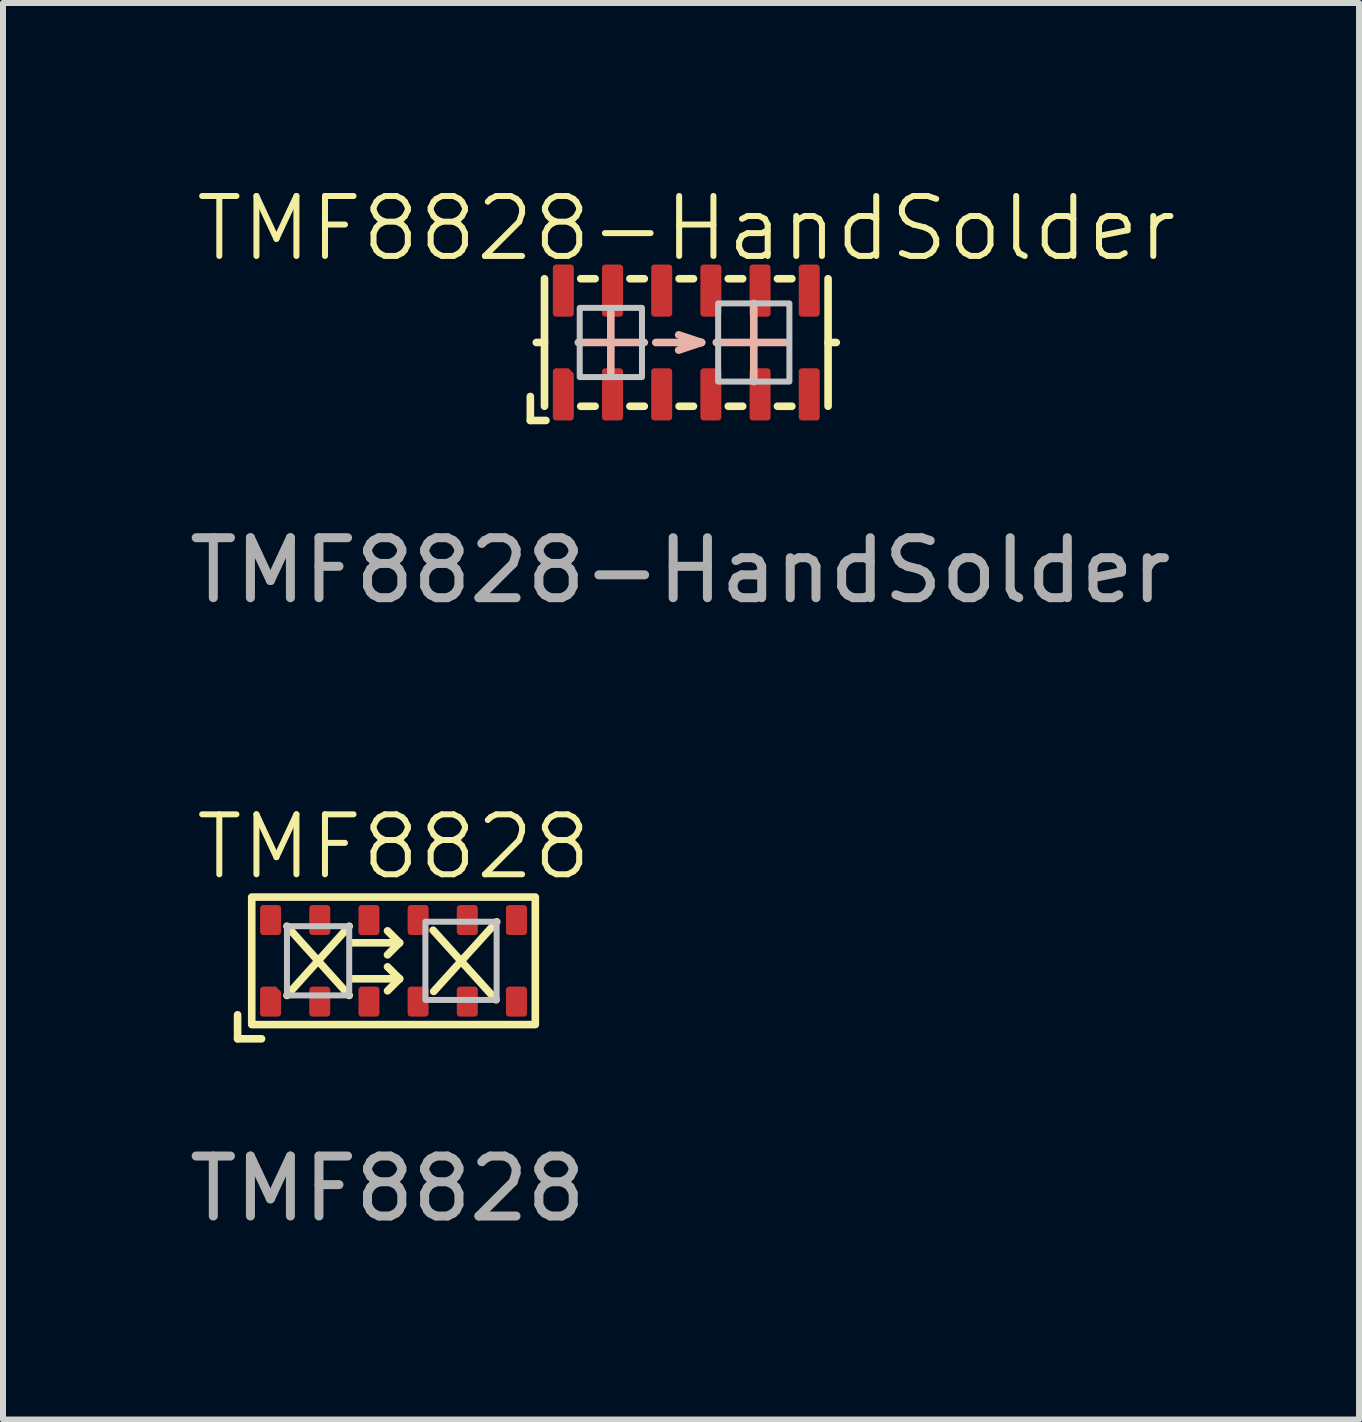
<source format=kicad_pcb>
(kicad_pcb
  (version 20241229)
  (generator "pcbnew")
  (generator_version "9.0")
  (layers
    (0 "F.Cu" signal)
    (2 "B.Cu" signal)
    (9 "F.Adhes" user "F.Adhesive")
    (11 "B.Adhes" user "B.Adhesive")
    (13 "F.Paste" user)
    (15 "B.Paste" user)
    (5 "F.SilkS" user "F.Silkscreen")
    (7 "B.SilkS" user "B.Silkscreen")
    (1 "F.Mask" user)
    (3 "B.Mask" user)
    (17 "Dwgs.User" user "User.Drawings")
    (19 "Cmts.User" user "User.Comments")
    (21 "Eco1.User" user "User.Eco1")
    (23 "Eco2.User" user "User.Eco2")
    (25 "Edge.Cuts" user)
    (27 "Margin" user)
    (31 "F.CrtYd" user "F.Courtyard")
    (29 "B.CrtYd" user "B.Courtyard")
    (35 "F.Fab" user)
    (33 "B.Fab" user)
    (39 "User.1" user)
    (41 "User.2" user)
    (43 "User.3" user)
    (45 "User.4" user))
  (footprint "TMF8828-HandSolder"
    (layer "F.Cu")
    (at 8.392 2.66)
    (property "Reference" "TMF8828-HandSolder" (at 0 -1.9 0) (unlocked yes) (layer "F.SilkS") (effects (font (size 1 1) (thickness 0.1))))
    (attr smd)
    (fp_line (start -2.6 1.3) (end -2.6 0.9) (stroke (width 0.127) (type default)) (layer "F.SilkS"))
    (fp_line (start -2.6 1.3) (end -2.34 1.3) (stroke (width 0.127) (type default)) (layer "F.SilkS"))
    (fp_line (start -2.364 -1.063) (end -2.364 1.063) (stroke (width 0.127) (type default)) (layer "F.SilkS"))
    (fp_line (start -2.364 0) (end -2.5 0) (stroke (width 0.127) (type default)) (layer "F.SilkS"))
    (fp_line (start -1.76 -1.063) (end -1.52 -1.063) (stroke (width 0.127) (type default)) (layer "F.SilkS"))
    (fp_line (start -1.76 1.063) (end -1.52 1.063) (stroke (width 0.127) (type default)) (layer "F.SilkS"))
    (fp_line (start -0.94 -1.063) (end -0.7 -1.063) (stroke (width 0.127) (type default)) (layer "F.SilkS"))
    (fp_line (start -0.94 1.063) (end -0.7 1.063) (stroke (width 0.127) (type default)) (layer "F.SilkS"))
    (fp_line (start -0.12 -1.063) (end 0.12 -1.063) (stroke (width 0.127) (type default)) (layer "F.SilkS"))
    (fp_line (start -0.12 1.063) (end 0.12 1.063) (stroke (width 0.127) (type default)) (layer "F.SilkS"))
    (fp_line (start 0.7 -1.063) (end 0.94 -1.063) (stroke (width 0.127) (type default)) (layer "F.SilkS"))
    (fp_line (start 0.7 1.063) (end 0.94 1.063) (stroke (width 0.127) (type default)) (layer "F.SilkS"))
    (fp_line (start 1.52 -1.063) (end 1.76 -1.063) (stroke (width 0.127) (type default)) (layer "F.SilkS"))
    (fp_line (start 1.52 1.063) (end 1.76 1.063) (stroke (width 0.127) (type default)) (layer "F.SilkS"))
    (fp_line (start 2.364 -1.063) (end 2.364 1.063) (stroke (width 0.127) (type default)) (layer "F.SilkS"))
    (fp_line (start 2.5 0) (end 2.364 0) (stroke (width 0.127) (type default)) (layer "F.SilkS"))
    (fp_line (start -1.8 0) (end -0.7 0) (stroke (width 0.127) (type default)) (layer "B.SilkS"))
    (fp_line (start -1.258 -0.5) (end -1.258 0.5) (stroke (width 0.127) (type default)) (layer "B.SilkS"))
    (fp_line (start -0.508 0) (end 0.254 0) (stroke (width 0.127) (type default)) (layer "B.SilkS"))
    (fp_line (start 0.254 0) (end -0.127 -0.127) (stroke (width 0.127) (type default)) (layer "B.SilkS"))
    (fp_line (start 0.254 0) (end -0.127 0.127) (stroke (width 0.127) (type default)) (layer "B.SilkS"))
    (fp_line (start 0.5 0) (end 1.7 0) (stroke (width 0.127) (type default)) (layer "B.SilkS"))
    (fp_line (start 1.125 -0.65) (end 1.125 0.65) (stroke (width 0.127) (type default)) (layer "B.SilkS"))
    (fp_rect (start -1.777 -0.577) (end -0.739 0.577) (stroke (width 0.1) (type default)) (fill no) (layer "Dwgs.User"))
    (fp_rect (start 0.531 -0.652) (end 1.719 0.652) (stroke (width 0.1) (type default)) (fill no) (layer "Dwgs.User"))
    (fp_rect (start -2.3 -1) (end 2.3 1) (stroke (width 0.1) (type default)) (fill no) (layer "Margin"))
    (fp_text user "${REFERENCE}" (at -0.1 3.8 0) (unlocked yes) (layer "F.Fab") (effects (font (size 1 1) (thickness 0.15))))
    (pad "1" smd roundrect (at -2.05 0.865) (size 0.35 0.87) (layers "F.Cu" "F.Mask" "F.Paste") (roundrect_rratio 0.15) (chamfer_ratio 0.25) (chamfer top_right))
    (pad "2" smd roundrect (at -1.23 0.865) (size 0.35 0.87) (layers "F.Cu" "F.Mask" "F.Paste") (roundrect_rratio 0.15))
    (pad "3" smd roundrect (at -0.41 0.865) (size 0.35 0.87) (layers "F.Cu" "F.Mask" "F.Paste") (roundrect_rratio 0.15))
    (pad "4" smd roundrect (at 0.41 0.865) (size 0.35 0.87) (layers "F.Cu" "F.Mask" "F.Paste") (roundrect_rratio 0.15))
    (pad "5" smd roundrect (at 1.23 0.865) (size 0.35 0.87) (layers "F.Cu" "F.Mask" "F.Paste") (roundrect_rratio 0.15))
    (pad "6" smd roundrect (at 2.05 0.865) (size 0.35 0.87) (layers "F.Cu" "F.Mask" "F.Paste") (roundrect_rratio 0.15))
    (pad "7" smd roundrect (at 2.05 -0.865) (size 0.35 0.87) (layers "F.Cu" "F.Mask" "F.Paste") (roundrect_rratio 0.15))
    (pad "8" smd roundrect (at 1.23 -0.865) (size 0.35 0.87) (layers "F.Cu" "F.Mask" "F.Paste") (roundrect_rratio 0.15))
    (pad "9" smd roundrect (at 0.41 -0.865) (size 0.35 0.87) (layers "F.Cu" "F.Mask" "F.Paste") (roundrect_rratio 0.15))
    (pad "10" smd roundrect (at -0.41 -0.865) (size 0.35 0.87) (layers "F.Cu" "F.Mask" "F.Paste") (roundrect_rratio 0.15))
    (pad "11" smd roundrect (at -1.23 -0.865) (size 0.35 0.87) (layers "F.Cu" "F.Mask" "F.Paste") (roundrect_rratio 0.15))
    (pad "12" smd roundrect (at -2.05 -0.865) (size 0.35 0.87) (layers "F.Cu" "F.Mask" "F.Paste") (roundrect_rratio 0.15)))
  (footprint "TMF8828"
    (layer "F.Cu")
    (at 3.511 12.969)
    (property "Reference" "TMF8828" (at 0 -1.9 0) (unlocked yes) (layer "F.SilkS") (effects (font (size 1 1) (thickness 0.1))))
    (attr smd)
    (fp_line (start -2.6 1.3) (end -2.6 0.9) (stroke (width 0.127) (type default)) (layer "F.SilkS"))
    (fp_line (start -2.6 1.3) (end -2.2 1.3) (stroke (width 0.127) (type default)) (layer "F.SilkS"))
    (fp_line (start -1.777 0.577) (end -0.739 -0.577) (stroke (width 0.127) (type default)) (layer "F.SilkS"))
    (fp_line (start -0.739 0.577) (end -1.777 -0.577) (stroke (width 0.127) (type default)) (layer "F.SilkS"))
    (fp_line (start -0.7 -0.3) (end 0.1 -0.3) (stroke (width 0.127) (type default)) (layer "F.SilkS"))
    (fp_line (start -0.7 0.3) (end 0.1 0.3) (stroke (width 0.127) (type default)) (layer "F.SilkS"))
    (fp_line (start 0.1 -0.3) (end -0.1 -0.5) (stroke (width 0.127) (type default)) (layer "F.SilkS"))
    (fp_line (start 0.1 -0.3) (end -0.1 -0.1) (stroke (width 0.127) (type default)) (layer "F.SilkS"))
    (fp_line (start 0.1 0.3) (end -0.1 0.1) (stroke (width 0.127) (type default)) (layer "F.SilkS"))
    (fp_line (start 0.1 0.3) (end -0.1 0.5) (stroke (width 0.127) (type default)) (layer "F.SilkS"))
    (fp_line (start 0.67 0.51) (end 1.72 -0.65) (stroke (width 0.127) (type default)) (layer "F.SilkS"))
    (fp_line (start 1.71 0.65) (end 0.66 -0.51) (stroke (width 0.127) (type default)) (layer "F.SilkS"))
    (fp_rect (start -2.364 -1.063) (end 2.364 1.063) (stroke (width 0.127) (type default)) (fill no) (layer "F.SilkS"))
    (fp_rect (start -1.777 -0.577) (end -0.739 0.577) (stroke (width 0.1) (type default)) (fill no) (layer "Dwgs.User"))
    (fp_rect (start 0.531 -0.652) (end 1.719 0.652) (stroke (width 0.1) (type default)) (fill no) (layer "Dwgs.User"))
    (fp_rect (start -2.3 -1) (end 2.3 1) (stroke (width 0.1) (type default)) (fill no) (layer "Margin"))
    (fp_text user "${REFERENCE}" (at -0.1 3.8 0) (unlocked yes) (layer "F.Fab") (effects (font (size 1 1) (thickness 0.15))))
    (pad "1" smd roundrect (at -2.05 0.68) (size 0.35 0.5) (layers "F.Cu" "F.Mask" "F.Paste") (roundrect_rratio 0.15) (chamfer_ratio 0.25) (chamfer top_right))
    (pad "2" smd roundrect (at -1.23 0.68) (size 0.35 0.5) (layers "F.Cu" "F.Mask" "F.Paste") (roundrect_rratio 0.15))
    (pad "3" smd roundrect (at -0.41 0.68) (size 0.35 0.5) (layers "F.Cu" "F.Mask" "F.Paste") (roundrect_rratio 0.15))
    (pad "4" smd roundrect (at 0.41 0.68) (size 0.35 0.5) (layers "F.Cu" "F.Mask" "F.Paste") (roundrect_rratio 0.15))
    (pad "5" smd roundrect (at 1.23 0.68) (size 0.35 0.5) (layers "F.Cu" "F.Mask" "F.Paste") (roundrect_rratio 0.15))
    (pad "6" smd roundrect (at 2.05 0.68) (size 0.35 0.5) (layers "F.Cu" "F.Mask" "F.Paste") (roundrect_rratio 0.15))
    (pad "7" smd roundrect (at 2.05 -0.68) (size 0.35 0.5) (layers "F.Cu" "F.Mask" "F.Paste") (roundrect_rratio 0.15))
    (pad "8" smd roundrect (at 1.23 -0.68) (size 0.35 0.5) (layers "F.Cu" "F.Mask" "F.Paste") (roundrect_rratio 0.15))
    (pad "9" smd roundrect (at 0.41 -0.68) (size 0.35 0.5) (layers "F.Cu" "F.Mask" "F.Paste") (roundrect_rratio 0.15))
    (pad "10" smd roundrect (at -0.41 -0.68) (size 0.35 0.5) (layers "F.Cu" "F.Mask" "F.Paste") (roundrect_rratio 0.15))
    (pad "11" smd roundrect (at -1.23 -0.68) (size 0.35 0.5) (layers "F.Cu" "F.Mask" "F.Paste") (roundrect_rratio 0.15))
    (pad "12" smd roundrect (at -2.05 -0.68) (size 0.35 0.5) (layers "F.Cu" "F.Mask" "F.Paste") (roundrect_rratio 0.15)))
  (gr_rect
    (start -3 -3)
    (end 19.608 20.617)
    (stroke (width 0.1) (type default))
    (fill no)
    (layer "Edge.Cuts")))
</source>
